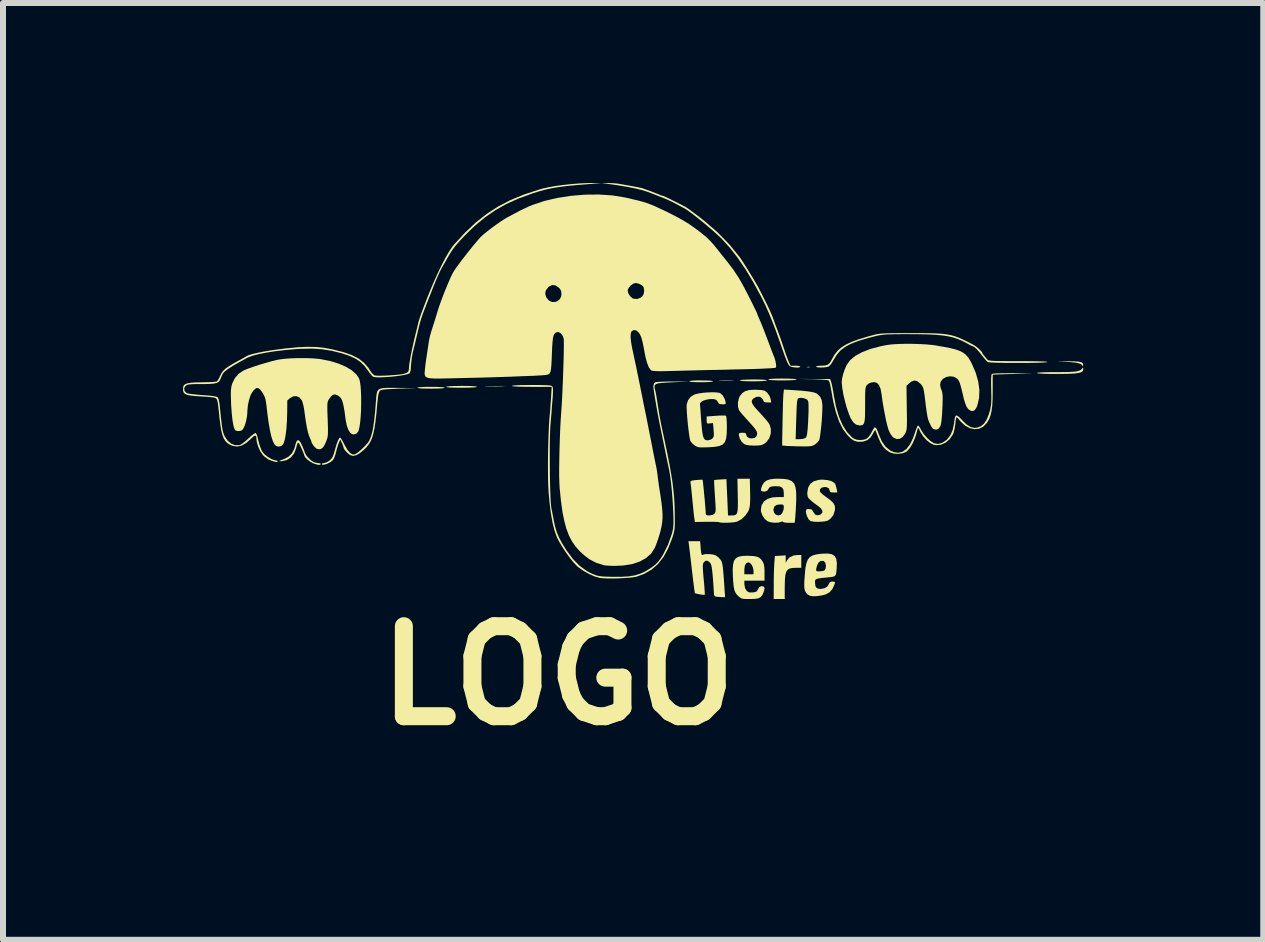
<source format=kicad_pcb>
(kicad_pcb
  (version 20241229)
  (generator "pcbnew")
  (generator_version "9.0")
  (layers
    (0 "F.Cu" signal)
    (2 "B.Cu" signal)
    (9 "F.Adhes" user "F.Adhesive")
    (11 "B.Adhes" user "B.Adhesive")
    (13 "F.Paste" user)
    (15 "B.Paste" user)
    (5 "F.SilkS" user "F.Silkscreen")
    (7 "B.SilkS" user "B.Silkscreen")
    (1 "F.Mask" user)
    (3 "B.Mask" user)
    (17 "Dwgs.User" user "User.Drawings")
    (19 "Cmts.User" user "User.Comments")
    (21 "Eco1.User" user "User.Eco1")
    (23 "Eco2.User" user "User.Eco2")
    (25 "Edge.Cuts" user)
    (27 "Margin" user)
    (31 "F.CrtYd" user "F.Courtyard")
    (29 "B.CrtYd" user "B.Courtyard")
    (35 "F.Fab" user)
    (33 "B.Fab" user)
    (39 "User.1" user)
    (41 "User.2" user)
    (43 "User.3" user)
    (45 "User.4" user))
  (footprint "LOGO"
    (layer "F.Cu")
    (at 7.502 3.458)
    (property "Reference" "LOGO" (at -1.25 4.75 0) (layer "F.SilkS") (effects (font (size 1.5 1.5) (thickness 0.3))))
    (attr board_only exclude_from_pos_files exclude_from_bom)
    (fp_poly (pts (xy 2.944 -0.393) (xy 2.944 -0.388) (xy 2.92 -0.386) (xy 2.917 -0.386) (xy 2.893 -0.388) (xy 2.895 -0.393) (xy 2.898 -0.393) (xy 2.931 -0.396)) (stroke (width 0) (type solid)) (fill yes) (layer "F.SilkS"))
    (fp_poly (pts (xy 1.597 -0.166) (xy 1.657 -0.164) (xy 1.682 -0.163) (xy 1.679 -0.161) (xy 1.649 -0.16) (xy 1.596 -0.159) (xy 1.554 -0.159) (xy 1.487 -0.159) (xy 1.441 -0.16) (xy 1.42 -0.162) (xy 1.426 -0.163) (xy 1.442 -0.164) (xy 1.515 -0.166)) (stroke (width 0) (type solid)) (fill yes) (layer "F.SilkS"))
    (fp_poly (pts (xy 7.354 -0.486) (xy 7.423 -0.481) (xy 7.469 -0.471) (xy 7.493 -0.455) (xy 7.5 -0.432) (xy 7.498 -0.418) (xy 7.491 -0.403) (xy 7.489 -0.409) (xy 7.475 -0.432) (xy 7.439 -0.45) (xy 7.378 -0.464) (xy 7.289 -0.473) (xy 7.242 -0.476) (xy 7.066 -0.484) (xy 7.257 -0.487)) (stroke (width 0) (type solid)) (fill yes) (layer "F.SilkS"))
    (fp_poly (pts (xy -2.183 -0.073) (xy -2.171 -0.073) (xy -2.141 -0.071) (xy -2.139 -0.07) (xy -2.164 -0.069) (xy -2.214 -0.068) (xy -2.287 -0.068) (xy -2.304 -0.068) (xy -2.382 -0.068) (xy -2.438 -0.068) (xy -2.47 -0.069) (xy -2.476 -0.071) (xy -2.454 -0.072) (xy -2.447 -0.073) (xy -2.365 -0.074) (xy -2.271 -0.075)) (stroke (width 0) (type solid)) (fill yes) (layer "F.SilkS"))
    (fp_poly (pts (xy 1.218 -0.167) (xy 1.282 -0.164) (xy 1.321 -0.159) (xy 1.332 -0.153) (xy 1.317 -0.147) (xy 1.275 -0.142) (xy 1.209 -0.139) (xy 1.133 -0.138) (xy 1.048 -0.139) (xy 0.984 -0.142) (xy 0.945 -0.147) (xy 0.934 -0.153) (xy 0.949 -0.16) (xy 0.991 -0.165) (xy 1.057 -0.168) (xy 1.133 -0.168)) (stroke (width 0) (type solid)) (fill yes) (layer "F.SilkS"))
    (fp_poly (pts (xy -3.275 -0.06) (xy -3.204 -0.057) (xy -3.157 -0.053) (xy -3.139 -0.047) (xy -3.139 -0.046) (xy -3.153 -0.04) (xy -3.196 -0.035) (xy -3.265 -0.032) (xy -3.355 -0.031) (xy -3.368 -0.031) (xy -3.462 -0.032) (xy -3.533 -0.034) (xy -3.579 -0.039) (xy -3.598 -0.045) (xy -3.598 -0.046) (xy -3.583 -0.052) (xy -3.54 -0.057) (xy -3.472 -0.06) (xy -3.381 -0.061) (xy -3.368 -0.061)) (stroke (width 0) (type solid)) (fill yes) (layer "F.SilkS"))
    (fp_poly (pts (xy -2.755 -0.076) (xy -2.679 -0.073) (xy -2.628 -0.069) (xy -2.604 -0.063) (xy -2.603 -0.061) (xy -2.618 -0.055) (xy -2.661 -0.051) (xy -2.731 -0.048) (xy -2.824 -0.046) (xy -2.864 -0.046) (xy -2.969 -0.047) (xy -3.047 -0.049) (xy -3.096 -0.054) (xy -3.116 -0.059) (xy -3.116 -0.061) (xy -3.097 -0.067) (xy -3.052 -0.072) (xy -2.983 -0.075) (xy -2.894 -0.076) (xy -2.854 -0.077)) (stroke (width 0) (type solid)) (fill yes) (layer "F.SilkS"))
    (fp_poly (pts (xy 2.104 -0.183) (xy 2.174 -0.18) (xy 2.216 -0.175) (xy 2.228 -0.169) (xy 2.228 -0.168) (xy 2.209 -0.162) (xy 2.164 -0.158) (xy 2.097 -0.154) (xy 2.012 -0.153) (xy 1.997 -0.153) (xy 1.906 -0.154) (xy 1.837 -0.157) (xy 1.793 -0.162) (xy 1.776 -0.168) (xy 1.776 -0.168) (xy 1.791 -0.175) (xy 1.834 -0.179) (xy 1.902 -0.182) (xy 1.993 -0.184) (xy 2.007 -0.184)) (stroke (width 0) (type solid)) (fill yes) (layer "F.SilkS"))
    (fp_poly (pts (xy 2.584 -0.198) (xy 2.657 -0.195) (xy 2.704 -0.191) (xy 2.725 -0.185) (xy 2.725 -0.184) (xy 2.71 -0.178) (xy 2.667 -0.173) (xy 2.599 -0.17) (xy 2.507 -0.168) (xy 2.488 -0.168) (xy 2.392 -0.169) (xy 2.319 -0.172) (xy 2.271 -0.177) (xy 2.251 -0.182) (xy 2.251 -0.184) (xy 2.266 -0.19) (xy 2.308 -0.195) (xy 2.377 -0.198) (xy 2.469 -0.199) (xy 2.488 -0.199)) (stroke (width 0) (type solid)) (fill yes) (layer "F.SilkS"))
    (fp_poly (pts (xy 7.501 -0.37) (xy 7.502 -0.356) (xy 7.497 -0.332) (xy 7.482 -0.313) (xy 7.452 -0.299) (xy 7.405 -0.289) (xy 7.338 -0.282) (xy 7.248 -0.278) (xy 7.132 -0.276) (xy 7.065 -0.276) (xy 6.951 -0.276) (xy 6.859 -0.278) (xy 6.789 -0.282) (xy 6.745 -0.286) (xy 6.729 -0.291) (xy 6.74 -0.297) (xy 6.782 -0.301) (xy 6.852 -0.304) (xy 6.951 -0.306) (xy 7.049 -0.306) (xy 7.171 -0.307) (xy 7.267 -0.309) (xy 7.339 -0.313) (xy 7.393 -0.319) (xy 7.431 -0.329) (xy 7.458 -0.342) (xy 7.477 -0.359) (xy 7.481 -0.364) (xy 7.496 -0.381)) (stroke (width 0) (type solid)) (fill yes) (layer "F.SilkS"))
    (fp_poly (pts (xy 2.802 2.848) (xy 2.802 2.955) (xy 2.719 2.955) (xy 2.655 2.957) (xy 2.608 2.967) (xy 2.573 2.988) (xy 2.55 3.024) (xy 2.536 3.078) (xy 2.529 3.155) (xy 2.526 3.257) (xy 2.526 3.288) (xy 2.526 3.475) (xy 2.434 3.475) (xy 2.342 3.475) (xy 2.343 3.242) (xy 2.343 3.148) (xy 2.345 3.052) (xy 2.348 2.965) (xy 2.351 2.897) (xy 2.352 2.883) (xy 2.362 2.758) (xy 2.452 2.753) (xy 2.542 2.748) (xy 2.542 2.809) (xy 2.543 2.871) (xy 2.565 2.829) (xy 2.608 2.78) (xy 2.672 2.75) (xy 2.74 2.741) (xy 2.802 2.741)) (stroke (width 0) (type solid)) (fill yes) (layer "F.SilkS"))
    (fp_poly (pts (xy -5.547 0.859) (xy -5.52 0.911) (xy -5.498 0.963) (xy -5.479 1.01) (xy -5.472 1.034) (xy -5.452 1.075) (xy -5.414 1.121) (xy -5.369 1.164) (xy -5.325 1.192) (xy -5.319 1.195) (xy -5.274 1.206) (xy -5.243 1.21) (xy -5.215 1.215) (xy -5.206 1.225) (xy -5.218 1.238) (xy -5.252 1.238) (xy -5.301 1.225) (xy -5.342 1.209) (xy -5.388 1.182) (xy -5.432 1.148) (xy -5.466 1.113) (xy -5.481 1.085) (xy -5.481 1.082) (xy -5.487 1.062) (xy -5.501 1.025) (xy -5.513 0.998) (xy -5.544 0.928) (xy -5.566 0.886) (xy -5.581 0.869) (xy -5.593 0.878) (xy -5.605 0.912) (xy -5.618 0.965) (xy -5.651 1.05) (xy -5.705 1.116) (xy -5.774 1.16) (xy -5.855 1.178) (xy -5.87 1.178) (xy -5.893 1.177) (xy -5.894 1.172) (xy -5.87 1.161) (xy -5.833 1.148) (xy -5.748 1.106) (xy -5.687 1.048) (xy -5.647 0.97) (xy -5.634 0.922) (xy -5.616 0.86) (xy -5.596 0.83) (xy -5.574 0.829)) (stroke (width 0) (type solid)) (fill yes) (layer "F.SilkS"))
    (fp_poly (pts (xy 3.235 1.492) (xy 3.304 1.51) (xy 3.351 1.538) (xy 3.366 1.557) (xy 3.379 1.591) (xy 3.39 1.637) (xy 3.392 1.642) (xy 3.402 1.699) (xy 3.339 1.699) (xy 3.298 1.697) (xy 3.28 1.686) (xy 3.276 1.672) (xy 3.264 1.633) (xy 3.227 1.612) (xy 3.191 1.608) (xy 3.143 1.618) (xy 3.115 1.644) (xy 3.111 1.68) (xy 3.125 1.7) (xy 3.159 1.732) (xy 3.206 1.768) (xy 3.223 1.78) (xy 3.291 1.831) (xy 3.335 1.874) (xy 3.358 1.916) (xy 3.365 1.962) (xy 3.361 1.999) (xy 3.336 2.078) (xy 3.286 2.139) (xy 3.245 2.167) (xy 3.205 2.179) (xy 3.147 2.186) (xy 3.082 2.189) (xy 3.019 2.187) (xy 2.969 2.179) (xy 2.95 2.172) (xy 2.921 2.143) (xy 2.897 2.095) (xy 2.881 2.042) (xy 2.878 2.014) (xy 2.883 1.987) (xy 2.901 1.977) (xy 2.929 1.975) (xy 2.967 1.98) (xy 2.99 2.001) (xy 3.002 2.025) (xy 3.033 2.067) (xy 3.075 2.081) (xy 3.123 2.067) (xy 3.152 2.039) (xy 3.153 2.004) (xy 3.127 1.963) (xy 3.082 1.925) (xy 3.029 1.887) (xy 2.977 1.845) (xy 2.956 1.827) (xy 2.922 1.794) (xy 2.907 1.763) (xy 2.902 1.721) (xy 2.902 1.702) (xy 2.916 1.619) (xy 2.952 1.555) (xy 3.012 1.512) (xy 3.093 1.489) (xy 3.151 1.485)) (stroke (width 0) (type solid)) (fill yes) (layer "F.SilkS"))
    (fp_poly (pts (xy 1.917 2.755) (xy 2 2.758) (xy 2.059 2.768) (xy 2.101 2.786) (xy 2.134 2.816) (xy 2.159 2.852) (xy 2.175 2.886) (xy 2.184 2.927) (xy 2.189 2.985) (xy 2.189 3.035) (xy 2.189 3.169) (xy 2.021 3.169) (xy 1.853 3.169) (xy 1.853 3.228) (xy 1.865 3.293) (xy 1.885 3.329) (xy 1.91 3.354) (xy 1.938 3.365) (xy 1.983 3.366) (xy 1.988 3.365) (xy 2.033 3.36) (xy 2.059 3.347) (xy 2.077 3.32) (xy 2.081 3.311) (xy 2.103 3.275) (xy 2.131 3.262) (xy 2.146 3.261) (xy 2.178 3.269) (xy 2.19 3.293) (xy 2.182 3.338) (xy 2.173 3.363) (xy 2.151 3.412) (xy 2.123 3.445) (xy 2.084 3.464) (xy 2.028 3.473) (xy 1.95 3.475) (xy 1.882 3.475) (xy 1.837 3.472) (xy 1.806 3.465) (xy 1.782 3.451) (xy 1.755 3.43) (xy 1.755 3.429) (xy 1.725 3.399) (xy 1.703 3.366) (xy 1.687 3.325) (xy 1.676 3.27) (xy 1.668 3.195) (xy 1.662 3.097) (xy 1.661 3.062) (xy 1.853 3.062) (xy 1.929 3.062) (xy 2.006 3.062) (xy 2.006 3.003) (xy 1.997 2.954) (xy 1.977 2.908) (xy 1.948 2.874) (xy 1.921 2.863) (xy 1.886 2.877) (xy 1.862 2.916) (xy 1.853 2.977) (xy 1.853 2.987) (xy 1.853 3.062) (xy 1.661 3.062) (xy 1.659 2.985) (xy 1.665 2.9) (xy 1.681 2.838) (xy 1.711 2.796) (xy 1.756 2.77) (xy 1.821 2.757) (xy 1.906 2.754)) (stroke (width 0) (type solid)) (fill yes) (layer "F.SilkS"))
    (fp_poly (pts (xy 2.661 -0.007) (xy 2.789 0.002) (xy 2.889 0.012) (xy 2.964 0.022) (xy 3.019 0.034) (xy 3.055 0.048) (xy 3.067 0.056) (xy 3.115 0.102) (xy 3.142 0.16) (xy 3.153 0.236) (xy 3.154 0.262) (xy 3.152 0.338) (xy 3.148 0.425) (xy 3.142 0.517) (xy 3.133 0.608) (xy 3.124 0.69) (xy 3.115 0.759) (xy 3.106 0.809) (xy 3.099 0.829) (xy 3.072 0.864) (xy 3.032 0.898) (xy 3.026 0.902) (xy 3 0.916) (xy 2.971 0.925) (xy 2.932 0.93) (xy 2.876 0.932) (xy 2.8 0.931) (xy 2.722 0.93) (xy 2.647 0.927) (xy 2.585 0.925) (xy 2.554 0.923) (xy 2.483 0.917) (xy 2.484 0.811) (xy 2.708 0.811) (xy 2.775 0.811) (xy 2.823 0.807) (xy 2.863 0.795) (xy 2.871 0.791) (xy 2.884 0.776) (xy 2.894 0.75) (xy 2.901 0.708) (xy 2.908 0.644) (xy 2.911 0.603) (xy 2.916 0.516) (xy 2.92 0.422) (xy 2.923 0.337) (xy 2.923 0.303) (xy 2.923 0.238) (xy 2.92 0.196) (xy 2.913 0.171) (xy 2.9 0.154) (xy 2.89 0.146) (xy 2.852 0.13) (xy 2.804 0.123) (xy 2.799 0.122) (xy 2.777 0.123) (xy 2.761 0.125) (xy 2.748 0.134) (xy 2.739 0.152) (xy 2.732 0.183) (xy 2.728 0.231) (xy 2.724 0.299) (xy 2.721 0.391) (xy 2.717 0.501) (xy 2.708 0.811) (xy 2.484 0.811) (xy 2.49 0.516) (xy 2.492 0.404) (xy 2.495 0.3) (xy 2.497 0.207) (xy 2.5 0.13) (xy 2.503 0.075) (xy 2.505 0.05) (xy 2.513 -0.016)) (stroke (width 0) (type solid)) (fill yes) (layer "F.SilkS"))
    (fp_poly (pts (xy 2.055 -0.012) (xy 2.121 -0.009) (xy 2.164 -0.004) (xy 2.193 0.005) (xy 2.217 0.021) (xy 2.236 0.039) (xy 2.273 0.091) (xy 2.291 0.142) (xy 2.301 0.199) (xy 2.239 0.199) (xy 2.198 0.196) (xy 2.177 0.184) (xy 2.168 0.163) (xy 2.145 0.124) (xy 2.106 0.104) (xy 2.057 0.105) (xy 2.008 0.13) (xy 2.002 0.135) (xy 1.981 0.159) (xy 1.976 0.187) (xy 1.987 0.222) (xy 2.018 0.268) (xy 2.069 0.327) (xy 2.111 0.372) (xy 2.165 0.431) (xy 2.213 0.486) (xy 2.25 0.532) (xy 2.271 0.562) (xy 2.272 0.563) (xy 2.295 0.639) (xy 2.293 0.719) (xy 2.268 0.795) (xy 2.222 0.859) (xy 2.191 0.884) (xy 2.158 0.902) (xy 2.122 0.913) (xy 2.074 0.917) (xy 2.015 0.918) (xy 1.937 0.915) (xy 1.884 0.906) (xy 1.849 0.892) (xy 1.807 0.852) (xy 1.775 0.797) (xy 1.761 0.741) (xy 1.761 0.736) (xy 1.765 0.715) (xy 1.785 0.706) (xy 1.822 0.704) (xy 1.862 0.707) (xy 1.88 0.718) (xy 1.883 0.733) (xy 1.897 0.77) (xy 1.935 0.794) (xy 1.973 0.799) (xy 2.027 0.79) (xy 2.058 0.76) (xy 2.067 0.716) (xy 2.063 0.692) (xy 2.048 0.663) (xy 2.021 0.625) (xy 1.977 0.573) (xy 1.924 0.515) (xy 1.87 0.455) (xy 1.822 0.401) (xy 1.786 0.358) (xy 1.765 0.33) (xy 1.763 0.326) (xy 1.747 0.27) (xy 1.746 0.202) (xy 1.76 0.134) (xy 1.78 0.09) (xy 1.821 0.041) (xy 1.87 0.01) (xy 1.934 -0.008) (xy 2.019 -0.013)) (stroke (width 0) (type solid)) (fill yes) (layer "F.SilkS"))
    (fp_poly (pts (xy 2.515 1.473) (xy 2.59 1.486) (xy 2.646 1.512) (xy 2.684 1.553) (xy 2.706 1.614) (xy 2.717 1.696) (xy 2.718 1.805) (xy 2.717 1.845) (xy 2.713 1.929) (xy 2.709 2.009) (xy 2.704 2.077) (xy 2.701 2.124) (xy 2.692 2.205) (xy 2.594 2.205) (xy 2.54 2.202) (xy 2.506 2.196) (xy 2.496 2.189) (xy 2.486 2.181) (xy 2.466 2.189) (xy 2.422 2.201) (xy 2.362 2.204) (xy 2.3 2.198) (xy 2.247 2.183) (xy 2.242 2.181) (xy 2.195 2.143) (xy 2.156 2.087) (xy 2.132 2.024) (xy 2.128 1.99) (xy 2.337 1.99) (xy 2.349 2.037) (xy 2.378 2.07) (xy 2.417 2.083) (xy 2.458 2.071) (xy 2.459 2.071) (xy 2.487 2.037) (xy 2.506 1.986) (xy 2.511 1.945) (xy 2.508 1.915) (xy 2.495 1.902) (xy 2.461 1.899) (xy 2.453 1.898) (xy 2.39 1.907) (xy 2.352 1.935) (xy 2.338 1.981) (xy 2.337 1.99) (xy 2.128 1.99) (xy 2.128 1.988) (xy 2.141 1.91) (xy 2.179 1.849) (xy 2.24 1.806) (xy 2.324 1.781) (xy 2.4 1.776) (xy 2.511 1.776) (xy 2.511 1.709) (xy 2.504 1.652) (xy 2.482 1.617) (xy 2.441 1.598) (xy 2.375 1.595) (xy 2.363 1.595) (xy 2.312 1.599) (xy 2.282 1.608) (xy 2.264 1.624) (xy 2.254 1.642) (xy 2.232 1.672) (xy 2.2 1.683) (xy 2.181 1.684) (xy 2.145 1.68) (xy 2.13 1.664) (xy 2.133 1.631) (xy 2.15 1.584) (xy 2.179 1.535) (xy 2.22 1.502) (xy 2.278 1.481) (xy 2.359 1.471) (xy 2.417 1.47)) (stroke (width 0) (type solid)) (fill yes) (layer "F.SilkS"))
    (fp_poly (pts (xy 3.312 2.729) (xy 3.359 2.758) (xy 3.385 2.807) (xy 3.395 2.878) (xy 3.391 2.969) (xy 3.386 3.03) (xy 3.377 3.069) (xy 3.361 3.092) (xy 3.329 3.104) (xy 3.277 3.111) (xy 3.238 3.115) (xy 3.155 3.123) (xy 3.098 3.131) (xy 3.062 3.139) (xy 3.042 3.149) (xy 3.033 3.165) (xy 3.031 3.188) (xy 3.031 3.206) (xy 3.038 3.262) (xy 3.059 3.293) (xy 3.099 3.306) (xy 3.118 3.307) (xy 3.187 3.296) (xy 3.236 3.266) (xy 3.26 3.228) (xy 3.277 3.196) (xy 3.307 3.185) (xy 3.323 3.185) (xy 3.355 3.187) (xy 3.364 3.199) (xy 3.36 3.219) (xy 3.324 3.303) (xy 3.274 3.362) (xy 3.207 3.399) (xy 3.145 3.415) (xy 3.058 3.427) (xy 2.994 3.429) (xy 2.948 3.421) (xy 2.913 3.403) (xy 2.901 3.393) (xy 2.879 3.366) (xy 2.863 3.337) (xy 2.854 3.299) (xy 2.851 3.247) (xy 2.853 3.175) (xy 2.86 3.079) (xy 2.867 3.001) (xy 3.05 3.001) (xy 3.066 3.013) (xy 3.104 3.014) (xy 3.119 3.013) (xy 3.165 3.008) (xy 3.19 2.996) (xy 3.204 2.973) (xy 3.206 2.969) (xy 3.213 2.919) (xy 3.203 2.874) (xy 3.179 2.844) (xy 3.17 2.84) (xy 3.126 2.84) (xy 3.089 2.867) (xy 3.064 2.918) (xy 3.063 2.921) (xy 3.05 2.973) (xy 3.05 3.001) (xy 2.867 3.001) (xy 2.87 2.967) (xy 2.886 2.882) (xy 2.91 2.819) (xy 2.945 2.776) (xy 2.995 2.747) (xy 3.062 2.73) (xy 3.149 2.719) (xy 3.15 2.719) (xy 3.244 2.717)) (stroke (width 0) (type solid)) (fill yes) (layer "F.SilkS"))
    (fp_poly (pts (xy 1.126 2.634) (xy 1.133 2.699) (xy 1.141 2.734) (xy 1.15 2.744) (xy 1.153 2.742) (xy 1.181 2.73) (xy 1.228 2.726) (xy 1.283 2.727) (xy 1.336 2.735) (xy 1.377 2.748) (xy 1.377 2.748) (xy 1.417 2.777) (xy 1.453 2.815) (xy 1.456 2.819) (xy 1.467 2.836) (xy 1.476 2.855) (xy 1.483 2.879) (xy 1.49 2.913) (xy 1.496 2.961) (xy 1.502 3.025) (xy 1.509 3.11) (xy 1.517 3.22) (xy 1.522 3.303) (xy 1.532 3.445) (xy 1.467 3.443) (xy 1.419 3.44) (xy 1.381 3.436) (xy 1.374 3.434) (xy 1.351 3.416) (xy 1.347 3.402) (xy 1.346 3.378) (xy 1.343 3.33) (xy 1.339 3.263) (xy 1.333 3.184) (xy 1.33 3.141) (xy 1.322 3.046) (xy 1.314 2.977) (xy 1.306 2.928) (xy 1.297 2.895) (xy 1.285 2.873) (xy 1.282 2.87) (xy 1.245 2.839) (xy 1.209 2.836) (xy 1.177 2.863) (xy 1.174 2.867) (xy 1.166 2.884) (xy 1.162 2.909) (xy 1.161 2.945) (xy 1.164 2.999) (xy 1.169 3.074) (xy 1.176 3.15) (xy 1.184 3.234) (xy 1.189 3.306) (xy 1.193 3.362) (xy 1.194 3.397) (xy 1.193 3.405) (xy 1.176 3.406) (xy 1.14 3.402) (xy 1.097 3.395) (xy 1.057 3.386) (xy 1.032 3.379) (xy 1.029 3.377) (xy 1.026 3.36) (xy 1.019 3.318) (xy 1.011 3.253) (xy 1 3.17) (xy 0.989 3.074) (xy 0.979 2.99) (xy 0.967 2.883) (xy 0.955 2.783) (xy 0.945 2.696) (xy 0.936 2.626) (xy 0.931 2.579) (xy 0.928 2.561) (xy 0.921 2.511) (xy 1.018 2.511) (xy 1.116 2.511)) (stroke (width 0) (type solid)) (fill yes) (layer "F.SilkS"))
    (fp_poly (pts (xy 1.388 0.032) (xy 1.436 0.039) (xy 1.45 0.044) (xy 1.494 0.083) (xy 1.527 0.143) (xy 1.538 0.18) (xy 1.543 0.212) (xy 1.536 0.226) (xy 1.509 0.23) (xy 1.487 0.23) (xy 1.444 0.226) (xy 1.422 0.212) (xy 1.416 0.199) (xy 1.395 0.167) (xy 1.375 0.152) (xy 1.335 0.142) (xy 1.279 0.143) (xy 1.22 0.153) (xy 1.169 0.169) (xy 1.146 0.182) (xy 1.113 0.21) (xy 1.133 0.489) (xy 1.142 0.6) (xy 1.151 0.685) (xy 1.161 0.746) (xy 1.173 0.787) (xy 1.19 0.813) (xy 1.211 0.826) (xy 1.238 0.83) (xy 1.246 0.831) (xy 1.289 0.82) (xy 1.32 0.8) (xy 1.336 0.78) (xy 1.344 0.757) (xy 1.345 0.721) (xy 1.341 0.665) (xy 1.341 0.655) (xy 1.33 0.542) (xy 1.277 0.548) (xy 1.244 0.551) (xy 1.229 0.542) (xy 1.225 0.513) (xy 1.225 0.494) (xy 1.225 0.433) (xy 1.377 0.422) (xy 1.444 0.418) (xy 1.499 0.417) (xy 1.536 0.418) (xy 1.546 0.421) (xy 1.553 0.44) (xy 1.558 0.485) (xy 1.561 0.552) (xy 1.562 0.614) (xy 1.559 0.722) (xy 1.549 0.803) (xy 1.528 0.861) (xy 1.491 0.901) (xy 1.437 0.925) (xy 1.359 0.939) (xy 1.257 0.946) (xy 1.248 0.946) (xy 1.173 0.948) (xy 1.121 0.948) (xy 1.085 0.944) (xy 1.059 0.935) (xy 1.034 0.921) (xy 1.026 0.916) (xy 0.987 0.883) (xy 0.958 0.848) (xy 0.954 0.841) (xy 0.945 0.811) (xy 0.936 0.756) (xy 0.926 0.684) (xy 0.916 0.601) (xy 0.907 0.512) (xy 0.899 0.425) (xy 0.894 0.346) (xy 0.891 0.28) (xy 0.892 0.236) (xy 0.892 0.232) (xy 0.915 0.162) (xy 0.96 0.104) (xy 1.023 0.066) (xy 1.032 0.063) (xy 1.092 0.049) (xy 1.166 0.038) (xy 1.245 0.032) (xy 1.322 0.029)) (stroke (width 0) (type solid)) (fill yes) (layer "F.SilkS"))
    (fp_poly (pts (xy 1.948 1.619) (xy 1.95 1.732) (xy 1.95 1.819) (xy 1.948 1.886) (xy 1.942 1.936) (xy 1.933 1.976) (xy 1.92 2.009) (xy 1.916 2.016) (xy 1.868 2.086) (xy 1.805 2.145) (xy 1.736 2.183) (xy 1.719 2.188) (xy 1.678 2.196) (xy 1.623 2.201) (xy 1.562 2.204) (xy 1.505 2.204) (xy 1.46 2.201) (xy 1.435 2.196) (xy 1.434 2.195) (xy 1.416 2.191) (xy 1.373 2.189) (xy 1.312 2.188) (xy 1.239 2.188) (xy 1.227 2.188) (xy 1.029 2.191) (xy 1.02 2.133) (xy 1.015 2.097) (xy 1.008 2.039) (xy 1.001 1.963) (xy 0.992 1.877) (xy 0.987 1.83) (xy 0.979 1.743) (xy 0.971 1.665) (xy 0.964 1.6) (xy 0.959 1.557) (xy 0.957 1.544) (xy 0.955 1.522) (xy 0.962 1.508) (xy 0.985 1.5) (xy 1.029 1.494) (xy 1.05 1.492) (xy 1.102 1.488) (xy 1.14 1.486) (xy 1.156 1.488) (xy 1.16 1.504) (xy 1.165 1.545) (xy 1.171 1.605) (xy 1.179 1.678) (xy 1.186 1.757) (xy 1.194 1.838) (xy 1.2 1.913) (xy 1.205 1.978) (xy 1.209 2.027) (xy 1.209 2.048) (xy 1.214 2.07) (xy 1.232 2.08) (xy 1.268 2.082) (xy 1.327 2.072) (xy 1.354 2.052) (xy 1.364 2.039) (xy 1.371 2.023) (xy 1.374 1.998) (xy 1.375 1.96) (xy 1.372 1.904) (xy 1.367 1.825) (xy 1.363 1.76) (xy 1.357 1.674) (xy 1.353 1.599) (xy 1.35 1.541) (xy 1.349 1.504) (xy 1.35 1.493) (xy 1.367 1.49) (xy 1.405 1.486) (xy 1.454 1.483) (xy 1.554 1.477) (xy 1.568 1.78) (xy 1.581 2.082) (xy 1.639 2.082) (xy 1.675 2.081) (xy 1.703 2.074) (xy 1.722 2.059) (xy 1.735 2.031) (xy 1.742 1.986) (xy 1.745 1.921) (xy 1.745 1.832) (xy 1.743 1.75) (xy 1.738 1.47) (xy 1.841 1.47) (xy 1.944 1.47)) (stroke (width 0) (type solid)) (fill yes) (layer "F.SilkS"))
    (fp_poly (pts (xy -3.906 -0.043) (xy -3.606 -0.041) (xy -3.901 -0.031) (xy -4.007 -0.026) (xy -4.086 -0.022) (xy -4.143 -0.018) (xy -4.181 -0.012) (xy -4.206 -0.005) (xy -4.221 0.004) (xy -4.222 0.005) (xy -4.234 0.026) (xy -4.245 0.063) (xy -4.254 0.121) (xy -4.263 0.205) (xy -4.266 0.234) (xy -4.28 0.392) (xy -4.295 0.523) (xy -4.311 0.631) (xy -4.33 0.719) (xy -4.351 0.791) (xy -4.377 0.85) (xy -4.408 0.901) (xy -4.446 0.947) (xy -4.48 0.981) (xy -4.553 1.043) (xy -4.615 1.079) (xy -4.669 1.09) (xy -4.718 1.076) (xy -4.766 1.037) (xy -4.771 1.032) (xy -4.802 0.997) (xy -4.821 0.969) (xy -4.824 0.96) (xy -4.83 0.935) (xy -4.845 0.896) (xy -4.852 0.88) (xy -4.879 0.819) (xy -4.899 0.856) (xy -4.912 0.89) (xy -4.929 0.942) (xy -4.945 1.001) (xy -4.945 1.002) (xy -4.961 1.062) (xy -4.978 1.113) (xy -4.993 1.145) (xy -4.993 1.146) (xy -5.019 1.174) (xy -5.057 1.2) (xy -5.101 1.221) (xy -5.143 1.235) (xy -5.175 1.238) (xy -5.19 1.228) (xy -5.19 1.225) (xy -5.177 1.213) (xy -5.158 1.21) (xy -5.111 1.198) (xy -5.061 1.168) (xy -5.021 1.128) (xy -5.021 1.128) (xy -5.004 1.096) (xy -4.986 1.045) (xy -4.972 0.995) (xy -4.949 0.914) (xy -4.926 0.849) (xy -4.905 0.804) (xy -4.888 0.784) (xy -4.883 0.784) (xy -4.869 0.799) (xy -4.847 0.835) (xy -4.82 0.885) (xy -4.811 0.903) (xy -4.764 0.986) (xy -4.72 1.039) (xy -4.677 1.065) (xy -4.638 1.064) (xy -4.607 1.046) (xy -4.563 1.012) (xy -4.513 0.967) (xy -4.465 0.919) (xy -4.425 0.875) (xy -4.401 0.84) (xy -4.4 0.839) (xy -4.378 0.789) (xy -4.358 0.731) (xy -4.341 0.662) (xy -4.327 0.577) (xy -4.313 0.473) (xy -4.3 0.346) (xy -4.288 0.192) (xy -4.287 0.184) (xy -4.282 0.111) (xy -4.275 0.056) (xy -4.265 0.015) (xy -4.245 -0.013) (xy -4.214 -0.031) (xy -4.166 -0.04) (xy -4.099 -0.044) (xy -4.008 -0.044)) (stroke (width 0) (type solid)) (fill yes) (layer "F.SilkS"))
    (fp_poly (pts (xy -0.352 -3.456) (xy -0.283 -3.451) (xy -0.237 -3.445) (xy -0.164 -3.432) (xy -0.084 -3.418) (xy -0.006 -3.404) (xy 0.063 -3.391) (xy 0.115 -3.38) (xy 0.138 -3.375) (xy 0.171 -3.365) (xy 0.224 -3.346) (xy 0.287 -3.323) (xy 0.35 -3.299) (xy 0.405 -3.278) (xy 0.443 -3.262) (xy 0.448 -3.259) (xy 0.478 -3.248) (xy 0.491 -3.246) (xy 0.511 -3.239) (xy 0.552 -3.221) (xy 0.606 -3.195) (xy 0.648 -3.174) (xy 0.714 -3.141) (xy 0.776 -3.11) (xy 0.824 -3.085) (xy 0.842 -3.076) (xy 0.869 -3.062) (xy 0.901 -3.041) (xy 0.943 -3.012) (xy 0.997 -2.972) (xy 1.068 -2.919) (xy 1.158 -2.849) (xy 1.179 -2.833) (xy 1.399 -2.644) (xy 1.603 -2.435) (xy 1.778 -2.22) (xy 1.801 -2.186) (xy 1.836 -2.132) (xy 1.879 -2.065) (xy 1.926 -1.989) (xy 1.973 -1.912) (xy 2.017 -1.839) (xy 2.053 -1.778) (xy 2.079 -1.733) (xy 2.085 -1.722) (xy 2.149 -1.596) (xy 2.201 -1.493) (xy 2.243 -1.408) (xy 2.276 -1.338) (xy 2.302 -1.279) (xy 2.324 -1.226) (xy 2.343 -1.175) (xy 2.35 -1.156) (xy 2.367 -1.106) (xy 2.383 -1.064) (xy 2.389 -1.049) (xy 2.41 -0.994) (xy 2.437 -0.92) (xy 2.467 -0.836) (xy 2.496 -0.751) (xy 2.519 -0.683) (xy 2.542 -0.614) (xy 2.567 -0.546) (xy 2.588 -0.492) (xy 2.59 -0.487) (xy 2.622 -0.413) (xy 2.704 -0.413) (xy 2.75 -0.411) (xy 2.78 -0.404) (xy 2.786 -0.398) (xy 2.773 -0.387) (xy 2.74 -0.382) (xy 2.696 -0.384) (xy 2.651 -0.391) (xy 2.615 -0.403) (xy 2.605 -0.41) (xy 2.586 -0.436) (xy 2.56 -0.49) (xy 2.529 -0.569) (xy 2.493 -0.67) (xy 2.489 -0.681) (xy 2.424 -0.868) (xy 2.365 -1.031) (xy 2.31 -1.173) (xy 2.257 -1.301) (xy 2.204 -1.419) (xy 2.148 -1.533) (xy 2.13 -1.569) (xy 1.999 -1.81) (xy 1.87 -2.023) (xy 1.742 -2.211) (xy 1.613 -2.377) (xy 1.481 -2.522) (xy 1.452 -2.551) (xy 1.394 -2.605) (xy 1.324 -2.668) (xy 1.245 -2.735) (xy 1.163 -2.804) (xy 1.081 -2.87) (xy 1.004 -2.93) (xy 0.936 -2.981) (xy 0.883 -3.018) (xy 0.85 -3.038) (xy 0.809 -3.059) (xy 0.755 -3.088) (xy 0.707 -3.114) (xy 0.647 -3.145) (xy 0.572 -3.18) (xy 0.498 -3.211) (xy 0.487 -3.215) (xy 0.415 -3.243) (xy 0.34 -3.273) (xy 0.277 -3.297) (xy 0.268 -3.301) (xy 0.17 -3.334) (xy 0.045 -3.365) (xy -0.104 -3.395) (xy -0.274 -3.423) (xy -0.375 -3.437) (xy -0.528 -3.457) (xy -0.421 -3.457)) (stroke (width 0) (type solid)) (fill yes) (layer "F.SilkS"))
    (fp_poly (pts (xy 4.639 -0.956) (xy 4.8 -0.956) (xy 4.934 -0.955) (xy 5.046 -0.951) (xy 5.141 -0.946) (xy 5.222 -0.936) (xy 5.295 -0.923) (xy 5.362 -0.904) (xy 5.429 -0.88) (xy 5.5 -0.848) (xy 5.579 -0.809) (xy 5.67 -0.762) (xy 5.683 -0.755) (xy 5.714 -0.734) (xy 5.752 -0.703) (xy 5.786 -0.67) (xy 5.811 -0.641) (xy 5.818 -0.627) (xy 5.827 -0.609) (xy 5.845 -0.585) (xy 5.877 -0.547) (xy 5.898 -0.522) (xy 5.906 -0.513) (xy 5.917 -0.506) (xy 5.934 -0.501) (xy 5.959 -0.497) (xy 5.997 -0.494) (xy 6.05 -0.492) (xy 6.123 -0.491) (xy 6.217 -0.49) (xy 6.337 -0.49) (xy 6.415 -0.49) (xy 6.565 -0.489) (xy 6.689 -0.488) (xy 6.786 -0.486) (xy 6.855 -0.483) (xy 6.894 -0.479) (xy 6.905 -0.475) (xy 6.89 -0.471) (xy 6.85 -0.467) (xy 6.787 -0.464) (xy 6.707 -0.462) (xy 6.614 -0.46) (xy 6.512 -0.459) (xy 6.406 -0.459) (xy 6.3 -0.459) (xy 6.198 -0.46) (xy 6.105 -0.462) (xy 6.026 -0.464) (xy 5.964 -0.467) (xy 5.924 -0.471) (xy 5.911 -0.474) (xy 5.889 -0.493) (xy 5.856 -0.53) (xy 5.819 -0.576) (xy 5.818 -0.577) (xy 5.769 -0.64) (xy 5.724 -0.69) (xy 5.688 -0.723) (xy 5.664 -0.735) (xy 5.664 -0.735) (xy 5.646 -0.742) (xy 5.609 -0.76) (xy 5.562 -0.786) (xy 5.561 -0.787) (xy 5.487 -0.825) (xy 5.413 -0.857) (xy 5.336 -0.883) (xy 5.25 -0.903) (xy 5.153 -0.918) (xy 5.04 -0.928) (xy 4.908 -0.935) (xy 4.753 -0.938) (xy 4.593 -0.939) (xy 4.465 -0.939) (xy 4.362 -0.938) (xy 4.281 -0.936) (xy 4.217 -0.934) (xy 4.165 -0.929) (xy 4.12 -0.923) (xy 4.079 -0.916) (xy 4.042 -0.907) (xy 3.904 -0.871) (xy 3.791 -0.838) (xy 3.699 -0.806) (xy 3.621 -0.774) (xy 3.554 -0.738) (xy 3.533 -0.726) (xy 3.455 -0.667) (xy 3.392 -0.594) (xy 3.336 -0.501) (xy 3.299 -0.44) (xy 3.263 -0.404) (xy 3.252 -0.397) (xy 3.216 -0.389) (xy 3.168 -0.384) (xy 3.119 -0.383) (xy 3.076 -0.386) (xy 3.051 -0.393) (xy 3.047 -0.398) (xy 3.061 -0.406) (xy 3.096 -0.412) (xy 3.132 -0.413) (xy 3.198 -0.417) (xy 3.244 -0.431) (xy 3.278 -0.461) (xy 3.31 -0.514) (xy 3.318 -0.532) (xy 3.358 -0.602) (xy 3.407 -0.662) (xy 3.467 -0.716) (xy 3.543 -0.764) (xy 3.637 -0.809) (xy 3.753 -0.852) (xy 3.894 -0.895) (xy 4.019 -0.929) (xy 4.052 -0.937) (xy 4.088 -0.943) (xy 4.13 -0.948) (xy 4.182 -0.951) (xy 4.248 -0.954) (xy 4.331 -0.955) (xy 4.436 -0.956) (xy 4.566 -0.956)) (stroke (width 0) (type solid)) (fill yes) (layer "F.SilkS"))
    (fp_poly (pts (xy -5.45 -0.54) (xy -5.328 -0.535) (xy -5.222 -0.525) (xy -5.206 -0.522) (xy -5.051 -0.492) (xy -4.912 -0.449) (xy -4.791 -0.397) (xy -4.69 -0.337) (xy -4.614 -0.269) (xy -4.569 -0.203) (xy -4.555 -0.156) (xy -4.544 -0.084) (xy -4.537 0.006) (xy -4.533 0.109) (xy -4.533 0.219) (xy -4.535 0.33) (xy -4.541 0.437) (xy -4.55 0.533) (xy -4.562 0.613) (xy -4.576 0.671) (xy -4.581 0.682) (xy -4.613 0.72) (xy -4.658 0.732) (xy -4.685 0.727) (xy -4.718 0.702) (xy -4.748 0.652) (xy -4.773 0.582) (xy -4.79 0.497) (xy -4.792 0.486) (xy -4.807 0.369) (xy -4.822 0.279) (xy -4.836 0.212) (xy -4.852 0.162) (xy -4.871 0.127) (xy -4.894 0.102) (xy -4.922 0.083) (xy -4.924 0.082) (xy -4.965 0.066) (xy -4.999 0.069) (xy -5.032 0.095) (xy -5.066 0.139) (xy -5.078 0.158) (xy -5.087 0.177) (xy -5.093 0.2) (xy -5.096 0.232) (xy -5.097 0.279) (xy -5.096 0.344) (xy -5.093 0.433) (xy -5.091 0.476) (xy -5.088 0.577) (xy -5.086 0.653) (xy -5.087 0.709) (xy -5.089 0.751) (xy -5.095 0.784) (xy -5.103 0.813) (xy -5.114 0.843) (xy -5.144 0.911) (xy -5.174 0.954) (xy -5.206 0.975) (xy -5.238 0.98) (xy -5.278 0.969) (xy -5.316 0.933) (xy -5.32 0.929) (xy -5.344 0.894) (xy -5.358 0.87) (xy -5.359 0.866) (xy -5.364 0.845) (xy -5.378 0.81) (xy -5.38 0.806) (xy -5.398 0.764) (xy -5.413 0.72) (xy -5.426 0.671) (xy -5.439 0.611) (xy -5.452 0.535) (xy -5.467 0.438) (xy -5.482 0.323) (xy -5.493 0.261) (xy -5.507 0.205) (xy -5.52 0.167) (xy -5.52 0.167) (xy -5.56 0.117) (xy -5.612 0.094) (xy -5.668 0.098) (xy -5.721 0.129) (xy -5.764 0.166) (xy -5.766 0.378) (xy -5.77 0.507) (xy -5.778 0.626) (xy -5.79 0.73) (xy -5.805 0.815) (xy -5.823 0.875) (xy -5.831 0.892) (xy -5.864 0.925) (xy -5.908 0.936) (xy -5.95 0.925) (xy -5.977 0.899) (xy -6.005 0.844) (xy -6.03 0.766) (xy -6.053 0.665) (xy -6.075 0.538) (xy -6.096 0.383) (xy -6.109 0.27) (xy -6.119 0.195) (xy -6.129 0.141) (xy -6.144 0.098) (xy -6.166 0.056) (xy -6.178 0.036) (xy -6.217 -0.017) (xy -6.251 -0.041) (xy -6.283 -0.039) (xy -6.32 -0.009) (xy -6.336 0.01) (xy -6.372 0.069) (xy -6.4 0.151) (xy -6.421 0.247) (xy -6.43 0.347) (xy -6.43 0.372) (xy -6.436 0.435) (xy -6.45 0.505) (xy -6.469 0.572) (xy -6.492 0.626) (xy -6.516 0.66) (xy -6.517 0.66) (xy -6.551 0.674) (xy -6.593 0.676) (xy -6.628 0.665) (xy -6.632 0.662) (xy -6.649 0.63) (xy -6.664 0.572) (xy -6.678 0.49) (xy -6.689 0.388) (xy -6.698 0.271) (xy -6.701 0.213) (xy -6.704 0.117) (xy -6.705 0.045) (xy -6.703 -0.009) (xy -6.698 -0.052) (xy -6.69 -0.09) (xy -6.684 -0.111) (xy -6.639 -0.205) (xy -6.572 -0.282) (xy -6.488 -0.336) (xy -6.422 -0.363) (xy -6.335 -0.394) (xy -6.235 -0.427) (xy -6.131 -0.458) (xy -6.032 -0.486) (xy -5.947 -0.507) (xy -5.915 -0.514) (xy -5.821 -0.527) (xy -5.706 -0.536) (xy -5.579 -0.54)) (stroke (width 0) (type solid)) (fill yes) (layer "F.SilkS"))
    (fp_poly (pts (xy 4.65 -0.778) (xy 4.775 -0.774) (xy 4.891 -0.768) (xy 4.991 -0.758) (xy 5.029 -0.753) (xy 5.169 -0.729) (xy 5.283 -0.707) (xy 5.373 -0.685) (xy 5.445 -0.659) (xy 5.501 -0.629) (xy 5.547 -0.593) (xy 5.585 -0.549) (xy 5.619 -0.494) (xy 5.646 -0.443) (xy 5.71 -0.294) (xy 5.751 -0.147) (xy 5.77 -0.005) (xy 5.765 0.126) (xy 5.737 0.245) (xy 5.717 0.293) (xy 5.685 0.333) (xy 5.647 0.344) (xy 5.609 0.329) (xy 5.579 0.303) (xy 5.554 0.265) (xy 5.532 0.21) (xy 5.509 0.132) (xy 5.498 0.083) (xy 5.476 -0.008) (xy 5.459 -0.074) (xy 5.445 -0.121) (xy 5.432 -0.153) (xy 5.418 -0.176) (xy 5.402 -0.194) (xy 5.397 -0.199) (xy 5.345 -0.229) (xy 5.281 -0.237) (xy 5.217 -0.225) (xy 5.162 -0.194) (xy 5.158 -0.19) (xy 5.125 -0.146) (xy 5.115 -0.095) (xy 5.128 -0.033) (xy 5.139 -0.006) (xy 5.148 0.022) (xy 5.154 0.054) (xy 5.158 0.096) (xy 5.158 0.155) (xy 5.156 0.235) (xy 5.153 0.297) (xy 5.148 0.4) (xy 5.14 0.486) (xy 5.132 0.551) (xy 5.122 0.589) (xy 5.122 0.59) (xy 5.092 0.634) (xy 5.052 0.653) (xy 5.008 0.644) (xy 4.99 0.63) (xy 4.973 0.608) (xy 4.953 0.57) (xy 4.927 0.511) (xy 4.917 0.486) (xy 4.909 0.455) (xy 4.899 0.401) (xy 4.888 0.331) (xy 4.877 0.252) (xy 4.876 0.241) (xy 4.864 0.139) (xy 4.854 0.063) (xy 4.845 0.007) (xy 4.837 -0.032) (xy 4.827 -0.059) (xy 4.815 -0.08) (xy 4.8 -0.099) (xy 4.786 -0.114) (xy 4.735 -0.156) (xy 4.687 -0.167) (xy 4.637 -0.149) (xy 4.605 -0.124) (xy 4.555 -0.079) (xy 4.56 0.287) (xy 4.562 0.403) (xy 4.563 0.492) (xy 4.562 0.56) (xy 4.56 0.609) (xy 4.557 0.646) (xy 4.551 0.673) (xy 4.544 0.695) (xy 4.533 0.716) (xy 4.533 0.718) (xy 4.492 0.774) (xy 4.443 0.805) (xy 4.39 0.809) (xy 4.339 0.785) (xy 4.32 0.768) (xy 4.29 0.726) (xy 4.263 0.672) (xy 4.254 0.649) (xy 4.236 0.586) (xy 4.215 0.501) (xy 4.195 0.401) (xy 4.175 0.294) (xy 4.157 0.189) (xy 4.144 0.094) (xy 4.14 0.062) (xy 4.124 -0.025) (xy 4.097 -0.09) (xy 4.065 -0.126) (xy 4.025 -0.139) (xy 3.973 -0.135) (xy 3.925 -0.116) (xy 3.903 -0.098) (xy 3.89 -0.084) (xy 3.881 -0.068) (xy 3.874 -0.047) (xy 3.87 -0.016) (xy 3.867 0.029) (xy 3.866 0.094) (xy 3.866 0.183) (xy 3.866 0.236) (xy 3.865 0.348) (xy 3.864 0.432) (xy 3.859 0.494) (xy 3.851 0.535) (xy 3.839 0.561) (xy 3.821 0.575) (xy 3.797 0.581) (xy 3.771 0.582) (xy 3.717 0.569) (xy 3.669 0.531) (xy 3.626 0.464) (xy 3.595 0.39) (xy 3.559 0.285) (xy 3.528 0.172) (xy 3.502 0.06) (xy 3.485 -0.042) (xy 3.476 -0.127) (xy 3.476 -0.147) (xy 3.483 -0.205) (xy 3.501 -0.279) (xy 3.528 -0.356) (xy 3.558 -0.426) (xy 3.559 -0.427) (xy 3.617 -0.507) (xy 3.703 -0.578) (xy 3.817 -0.64) (xy 3.959 -0.694) (xy 4.126 -0.738) (xy 4.226 -0.758) (xy 4.305 -0.768) (xy 4.408 -0.775) (xy 4.525 -0.778)) (stroke (width 0) (type solid)) (fill yes) (layer "F.SilkS"))
    (fp_poly (pts (xy 6.33 -0.288) (xy 6.668 -0.284) (xy 6.331 -0.275) (xy 6.233 -0.273) (xy 6.146 -0.27) (xy 6.075 -0.268) (xy 6.023 -0.265) (xy 5.996 -0.264) (xy 5.993 -0.263) (xy 5.993 -0.248) (xy 5.992 -0.207) (xy 5.992 -0.144) (xy 5.992 -0.066) (xy 5.992 0.019) (xy 5.99 0.152) (xy 5.984 0.259) (xy 5.972 0.345) (xy 5.955 0.417) (xy 5.931 0.478) (xy 5.899 0.534) (xy 5.893 0.542) (xy 5.836 0.602) (xy 5.767 0.636) (xy 5.691 0.645) (xy 5.612 0.628) (xy 5.534 0.587) (xy 5.462 0.521) (xy 5.449 0.506) (xy 5.419 0.471) (xy 5.396 0.448) (xy 5.389 0.444) (xy 5.383 0.458) (xy 5.376 0.495) (xy 5.37 0.548) (xy 5.369 0.559) (xy 5.359 0.63) (xy 5.344 0.693) (xy 5.33 0.731) (xy 5.275 0.812) (xy 5.206 0.87) (xy 5.129 0.904) (xy 5.048 0.911) (xy 5.008 0.904) (xy 4.951 0.876) (xy 4.89 0.828) (xy 4.834 0.765) (xy 4.789 0.696) (xy 4.783 0.683) (xy 4.763 0.64) (xy 4.751 0.623) (xy 4.745 0.627) (xy 4.738 0.651) (xy 4.738 0.652) (xy 4.704 0.773) (xy 4.661 0.876) (xy 4.612 0.958) (xy 4.559 1.015) (xy 4.543 1.026) (xy 4.486 1.047) (xy 4.415 1.056) (xy 4.342 1.051) (xy 4.281 1.032) (xy 4.279 1.031) (xy 4.217 0.99) (xy 4.166 0.938) (xy 4.122 0.868) (xy 4.081 0.774) (xy 4.074 0.754) (xy 4.055 0.706) (xy 4.04 0.671) (xy 4.033 0.658) (xy 4.023 0.671) (xy 4.005 0.701) (xy 3.998 0.716) (xy 3.954 0.785) (xy 3.902 0.828) (xy 3.838 0.85) (xy 3.807 0.854) (xy 3.74 0.854) (xy 3.684 0.838) (xy 3.631 0.803) (xy 3.572 0.745) (xy 3.498 0.646) (xy 3.433 0.519) (xy 3.379 0.365) (xy 3.335 0.187) (xy 3.322 0.115) (xy 3.305 0.018) (xy 3.292 -0.053) (xy 3.282 -0.103) (xy 3.273 -0.135) (xy 3.265 -0.155) (xy 3.257 -0.166) (xy 3.255 -0.167) (xy 3.233 -0.173) (xy 3.185 -0.179) (xy 3.116 -0.183) (xy 3.03 -0.187) (xy 2.984 -0.188) (xy 2.733 -0.193) (xy 3.008 -0.192) (xy 3.283 -0.191) (xy 3.301 -0.138) (xy 3.311 -0.101) (xy 3.323 -0.042) (xy 3.336 0.029) (xy 3.346 0.092) (xy 3.382 0.276) (xy 3.431 0.439) (xy 3.491 0.578) (xy 3.563 0.691) (xy 3.644 0.777) (xy 3.674 0.8) (xy 3.724 0.82) (xy 3.787 0.826) (xy 3.851 0.818) (xy 3.887 0.805) (xy 3.922 0.775) (xy 3.959 0.724) (xy 3.973 0.697) (xy 3.997 0.653) (xy 4.017 0.622) (xy 4.027 0.612) (xy 4.047 0.625) (xy 4.069 0.663) (xy 4.094 0.729) (xy 4.096 0.735) (xy 4.144 0.848) (xy 4.207 0.937) (xy 4.283 0.999) (xy 4.341 1.026) (xy 4.42 1.038) (xy 4.491 1.02) (xy 4.556 0.973) (xy 4.615 0.895) (xy 4.666 0.789) (xy 4.694 0.709) (xy 4.713 0.652) (xy 4.731 0.608) (xy 4.744 0.584) (xy 4.747 0.582) (xy 4.761 0.594) (xy 4.783 0.627) (xy 4.798 0.655) (xy 4.84 0.722) (xy 4.895 0.786) (xy 4.954 0.841) (xy 5.01 0.877) (xy 5.016 0.88) (xy 5.081 0.891) (xy 5.149 0.873) (xy 5.219 0.826) (xy 5.234 0.812) (xy 5.287 0.744) (xy 5.324 0.659) (xy 5.347 0.552) (xy 5.351 0.517) (xy 5.36 0.456) (xy 5.373 0.422) (xy 5.395 0.416) (xy 5.426 0.436) (xy 5.472 0.482) (xy 5.484 0.496) (xy 5.555 0.565) (xy 5.621 0.607) (xy 5.686 0.623) (xy 5.726 0.62) (xy 5.79 0.598) (xy 5.845 0.555) (xy 5.89 0.488) (xy 5.928 0.394) (xy 5.949 0.322) (xy 5.959 0.274) (xy 5.966 0.222) (xy 5.969 0.159) (xy 5.969 0.079) (xy 5.967 -0.018) (xy 5.965 -0.127) (xy 5.966 -0.207) (xy 5.97 -0.256) (xy 5.976 -0.275) (xy 5.998 -0.281) (xy 6.051 -0.285) (xy 6.133 -0.287) (xy 6.244 -0.288)) (stroke (width 0) (type solid)) (fill yes) (layer "F.SilkS"))
    (fp_poly (pts (xy 0.926 -0.149) (xy 0.66 -0.137) (xy 0.553 -0.132) (xy 0.473 -0.126) (xy 0.417 -0.119) (xy 0.381 -0.107) (xy 0.362 -0.091) (xy 0.356 -0.067) (xy 0.359 -0.036) (xy 0.367 -0.005) (xy 0.378 0.044) (xy 0.39 0.112) (xy 0.402 0.186) (xy 0.406 0.214) (xy 0.434 0.391) (xy 0.47 0.581) (xy 0.49 0.674) (xy 0.535 0.885) (xy 0.574 1.071) (xy 0.606 1.235) (xy 0.632 1.381) (xy 0.653 1.513) (xy 0.668 1.635) (xy 0.68 1.752) (xy 0.688 1.866) (xy 0.692 1.983) (xy 0.694 2.082) (xy 0.695 2.175) (xy 0.694 2.244) (xy 0.691 2.297) (xy 0.684 2.342) (xy 0.674 2.387) (xy 0.658 2.438) (xy 0.652 2.457) (xy 0.585 2.629) (xy 0.507 2.773) (xy 0.414 2.892) (xy 0.306 2.986) (xy 0.182 3.057) (xy 0.056 3.103) (xy 0.006 3.112) (xy -0.066 3.12) (xy -0.154 3.126) (xy -0.249 3.131) (xy -0.345 3.133) (xy -0.433 3.132) (xy -0.506 3.129) (xy -0.554 3.124) (xy -0.639 3.1) (xy -0.735 3.058) (xy -0.829 3.005) (xy -0.913 2.946) (xy -0.936 2.926) (xy -0.991 2.868) (xy -1.054 2.791) (xy -1.119 2.701) (xy -1.181 2.607) (xy -1.235 2.516) (xy -1.271 2.445) (xy -1.309 2.34) (xy -1.343 2.205) (xy -1.372 2.044) (xy -1.395 1.858) (xy -1.41 1.684) (xy -1.415 1.584) (xy -1.419 1.461) (xy -1.42 1.319) (xy -1.42 1.167) (xy -1.418 1.01) (xy -1.414 0.854) (xy -1.409 0.707) (xy -1.403 0.575) (xy -1.396 0.465) (xy -1.392 0.429) (xy -1.385 0.348) (xy -1.378 0.251) (xy -1.371 0.155) (xy -1.368 0.111) (xy -1.358 -0.061) (xy -1.69 -0.061) (xy -1.808 -0.062) (xy -1.902 -0.064) (xy -1.97 -0.067) (xy -2.01 -0.072) (xy -2.021 -0.077) (xy -2.006 -0.082) (xy -1.962 -0.086) (xy -1.891 -0.09) (xy -1.793 -0.091) (xy -1.694 -0.092) (xy -1.582 -0.092) (xy -1.498 -0.09) (xy -1.436 -0.088) (xy -1.394 -0.085) (xy -1.367 -0.08) (xy -1.352 -0.073) (xy -1.347 -0.069) (xy -1.34 -0.053) (xy -1.336 -0.025) (xy -1.336 0.021) (xy -1.339 0.088) (xy -1.346 0.172) (xy -1.354 0.277) (xy -1.363 0.396) (xy -1.373 0.514) (xy -1.38 0.605) (xy -1.384 0.68) (xy -1.387 0.775) (xy -1.389 0.888) (xy -1.39 1.013) (xy -1.39 1.146) (xy -1.389 1.282) (xy -1.388 1.417) (xy -1.385 1.547) (xy -1.382 1.667) (xy -1.378 1.772) (xy -1.373 1.859) (xy -1.368 1.923) (xy -1.364 1.952) (xy -1.352 2.015) (xy -1.337 2.091) (xy -1.323 2.165) (xy -1.323 2.166) (xy -1.3 2.271) (xy -1.272 2.362) (xy -1.236 2.449) (xy -1.188 2.539) (xy -1.124 2.643) (xy -1.109 2.666) (xy -1.003 2.809) (xy -0.891 2.922) (xy -0.773 3.008) (xy -0.692 3.05) (xy -0.645 3.069) (xy -0.606 3.083) (xy -0.568 3.092) (xy -0.523 3.098) (xy -0.465 3.102) (xy -0.386 3.104) (xy -0.34 3.105) (xy -0.198 3.105) (xy -0.079 3.098) (xy 0.022 3.082) (xy 0.112 3.055) (xy 0.197 3.017) (xy 0.284 2.964) (xy 0.306 2.95) (xy 0.368 2.903) (xy 0.418 2.853) (xy 0.464 2.79) (xy 0.495 2.741) (xy 0.58 2.572) (xy 0.646 2.385) (xy 0.647 2.381) (xy 0.658 2.336) (xy 0.666 2.293) (xy 0.67 2.245) (xy 0.672 2.186) (xy 0.671 2.109) (xy 0.668 2.029) (xy 0.662 1.907) (xy 0.654 1.78) (xy 0.643 1.655) (xy 0.631 1.538) (xy 0.618 1.435) (xy 0.605 1.353) (xy 0.598 1.317) (xy 0.587 1.266) (xy 0.573 1.2) (xy 0.559 1.133) (xy 0.547 1.075) (xy 0.531 0.996) (xy 0.513 0.906) (xy 0.494 0.814) (xy 0.49 0.796) (xy 0.463 0.663) (xy 0.436 0.529) (xy 0.411 0.398) (xy 0.389 0.275) (xy 0.37 0.164) (xy 0.354 0.068) (xy 0.343 -0.008) (xy 0.337 -0.059) (xy 0.337 -0.074) (xy 0.346 -0.118) (xy 0.365 -0.136) (xy 0.388 -0.141) (xy 0.437 -0.145) (xy 0.506 -0.148) (xy 0.588 -0.15) (xy 0.659 -0.15)) (stroke (width 0) (type solid)) (fill yes) (layer "F.SilkS"))
    (fp_poly (pts (xy -0.528 -3.456) (xy -0.788 -3.436) (xy -0.962 -3.422) (xy -1.111 -3.407) (xy -1.24 -3.39) (xy -1.356 -3.371) (xy -1.464 -3.347) (xy -1.57 -3.318) (xy -1.68 -3.284) (xy -1.684 -3.282) (xy -1.911 -3.199) (xy -2.113 -3.108) (xy -2.296 -3.005) (xy -2.467 -2.887) (xy -2.63 -2.752) (xy -2.719 -2.668) (xy -2.818 -2.57) (xy -2.897 -2.485) (xy -2.962 -2.41) (xy -3.015 -2.34) (xy -3.061 -2.268) (xy -3.093 -2.212) (xy -3.125 -2.155) (xy -3.156 -2.101) (xy -3.176 -2.067) (xy -3.199 -2.025) (xy -3.225 -1.973) (xy -3.255 -1.907) (xy -3.291 -1.824) (xy -3.333 -1.72) (xy -3.383 -1.592) (xy -3.404 -1.539) (xy -3.447 -1.43) (xy -3.48 -1.343) (xy -3.506 -1.275) (xy -3.526 -1.217) (xy -3.542 -1.166) (xy -3.556 -1.116) (xy -3.57 -1.061) (xy -3.586 -0.994) (xy -3.598 -0.942) (xy -3.617 -0.862) (xy -3.634 -0.789) (xy -3.649 -0.73) (xy -3.659 -0.692) (xy -3.659 -0.689) (xy -3.675 -0.623) (xy -3.689 -0.542) (xy -3.699 -0.459) (xy -3.705 -0.388) (xy -3.705 -0.372) (xy -3.71 -0.327) (xy -3.722 -0.293) (xy -3.726 -0.287) (xy -3.754 -0.274) (xy -3.805 -0.261) (xy -3.874 -0.249) (xy -3.956 -0.238) (xy -4.042 -0.229) (xy -4.128 -0.223) (xy -4.207 -0.219) (xy -4.272 -0.22) (xy -4.317 -0.224) (xy -4.331 -0.229) (xy -4.356 -0.25) (xy -4.389 -0.289) (xy -4.415 -0.326) (xy -4.478 -0.41) (xy -4.548 -0.478) (xy -4.631 -0.533) (xy -4.734 -0.579) (xy -4.853 -0.619) (xy -5.02 -0.661) (xy -5.182 -0.687) (xy -5.349 -0.698) (xy -5.531 -0.695) (xy -5.619 -0.69) (xy -5.797 -0.674) (xy -5.961 -0.655) (xy -6.109 -0.632) (xy -6.235 -0.607) (xy -6.338 -0.581) (xy -6.415 -0.552) (xy -6.429 -0.546) (xy -6.563 -0.473) (xy -6.671 -0.41) (xy -6.754 -0.357) (xy -6.809 -0.314) (xy -6.834 -0.287) (xy -6.854 -0.249) (xy -6.873 -0.202) (xy -6.876 -0.196) (xy -6.89 -0.165) (xy -6.91 -0.142) (xy -6.94 -0.126) (xy -6.986 -0.116) (xy -7.051 -0.11) (xy -7.139 -0.107) (xy -7.204 -0.107) (xy -7.293 -0.107) (xy -7.356 -0.105) (xy -7.399 -0.101) (xy -7.428 -0.095) (xy -7.448 -0.085) (xy -7.457 -0.079) (xy -7.481 -0.043) (xy -7.48 -0.003) (xy -7.456 0.032) (xy -7.431 0.047) (xy -7.402 0.053) (xy -7.349 0.06) (xy -7.279 0.068) (xy -7.198 0.075) (xy -7.168 0.077) (xy -7.066 0.085) (xy -6.992 0.094) (xy -6.945 0.103) (xy -6.923 0.114) (xy -6.91 0.14) (xy -6.899 0.189) (xy -6.889 0.255) (xy -6.889 0.263) (xy -6.876 0.39) (xy -6.865 0.491) (xy -6.856 0.569) (xy -6.847 0.63) (xy -6.838 0.676) (xy -6.828 0.712) (xy -6.817 0.742) (xy -6.806 0.765) (xy -6.758 0.836) (xy -6.698 0.886) (xy -6.633 0.911) (xy -6.566 0.91) (xy -6.546 0.904) (xy -6.516 0.886) (xy -6.472 0.852) (xy -6.423 0.809) (xy -6.407 0.794) (xy -6.361 0.753) (xy -6.322 0.723) (xy -6.296 0.708) (xy -6.291 0.707) (xy -6.279 0.724) (xy -6.264 0.764) (xy -6.249 0.819) (xy -6.245 0.838) (xy -6.226 0.91) (xy -6.202 0.975) (xy -6.178 1.022) (xy -6.14 1.066) (xy -6.087 1.108) (xy -6.029 1.142) (xy -5.977 1.161) (xy -5.958 1.164) (xy -5.932 1.17) (xy -5.925 1.179) (xy -5.934 1.192) (xy -5.937 1.192) (xy -5.959 1.188) (xy -5.986 1.184) (xy -6.074 1.153) (xy -6.153 1.095) (xy -6.176 1.069) (xy -6.217 1.008) (xy -6.251 0.932) (xy -6.273 0.855) (xy -6.278 0.809) (xy -6.282 0.767) (xy -6.297 0.751) (xy -6.324 0.762) (xy -6.362 0.798) (xy -6.446 0.873) (xy -6.525 0.918) (xy -6.601 0.934) (xy -6.677 0.922) (xy -6.728 0.899) (xy -6.767 0.873) (xy -6.798 0.84) (xy -6.824 0.797) (xy -6.846 0.74) (xy -6.864 0.666) (xy -6.88 0.571) (xy -6.895 0.452) (xy -6.905 0.352) (xy -6.914 0.268) (xy -6.922 0.209) (xy -6.93 0.17) (xy -6.939 0.146) (xy -6.952 0.132) (xy -6.965 0.123) (xy -6.99 0.117) (xy -7.038 0.111) (xy -7.104 0.105) (xy -7.18 0.1) (xy -7.189 0.099) (xy -7.297 0.093) (xy -7.378 0.084) (xy -7.436 0.072) (xy -7.473 0.054) (xy -7.494 0.029) (xy -7.502 -0.005) (xy -7.5 -0.05) (xy -7.499 -0.056) (xy -7.491 -0.083) (xy -7.469 -0.104) (xy -7.432 -0.119) (xy -7.374 -0.129) (xy -7.294 -0.135) (xy -7.187 -0.137) (xy -7.173 -0.137) (xy -7.094 -0.139) (xy -7.024 -0.141) (xy -6.971 -0.146) (xy -6.941 -0.15) (xy -6.937 -0.152) (xy -6.92 -0.173) (xy -6.898 -0.213) (xy -6.882 -0.247) (xy -6.861 -0.29) (xy -6.832 -0.329) (xy -6.79 -0.368) (xy -6.732 -0.408) (xy -6.653 -0.456) (xy -6.574 -0.499) (xy -6.522 -0.527) (xy -6.479 -0.551) (xy -6.455 -0.566) (xy -6.453 -0.567) (xy -6.416 -0.586) (xy -6.352 -0.606) (xy -6.266 -0.627) (xy -6.162 -0.648) (xy -6.043 -0.668) (xy -5.914 -0.686) (xy -5.778 -0.703) (xy -5.64 -0.716) (xy -5.588 -0.721) (xy -5.432 -0.728) (xy -5.29 -0.726) (xy -5.152 -0.712) (xy -5.008 -0.685) (xy -4.849 -0.645) (xy -4.83 -0.64) (xy -4.692 -0.592) (xy -4.579 -0.535) (xy -4.488 -0.465) (xy -4.414 -0.38) (xy -4.389 -0.34) (xy -4.352 -0.287) (xy -4.317 -0.256) (xy -4.304 -0.25) (xy -4.271 -0.247) (xy -4.215 -0.246) (xy -4.143 -0.248) (xy -4.064 -0.252) (xy -3.983 -0.258) (xy -3.91 -0.264) (xy -3.852 -0.272) (xy -3.82 -0.278) (xy -3.771 -0.295) (xy -3.746 -0.318) (xy -3.737 -0.357) (xy -3.736 -0.383) (xy -3.732 -0.429) (xy -3.721 -0.5) (xy -3.705 -0.59) (xy -3.684 -0.693) (xy -3.659 -0.803) (xy -3.636 -0.903) (xy -3.617 -0.98) (xy -3.598 -1.056) (xy -3.583 -1.121) (xy -3.576 -1.148) (xy -3.565 -1.185) (xy -3.545 -1.246) (xy -3.516 -1.325) (xy -3.481 -1.418) (xy -3.442 -1.52) (xy -3.407 -1.608) (xy -3.338 -1.774) (xy -3.268 -1.931) (xy -3.199 -2.075) (xy -3.133 -2.203) (xy -3.071 -2.311) (xy -3.015 -2.395) (xy -2.984 -2.434) (xy -2.804 -2.629) (xy -2.625 -2.798) (xy -2.443 -2.942) (xy -2.252 -3.066) (xy -2.048 -3.172) (xy -1.826 -3.264) (xy -1.581 -3.345) (xy -1.516 -3.364) (xy -1.418 -3.386) (xy -1.298 -3.408) (xy -1.164 -3.426) (xy -1.024 -3.441) (xy -0.885 -3.452) (xy -0.757 -3.457) (xy -0.697 -3.458)) (stroke (width 0) (type solid)) (fill yes) (layer "F.SilkS"))
    (fp_poly (pts (xy -0.342 -3.251) (xy -0.134 -3.217) (xy -0.115 -3.213) (xy -0.002 -3.186) (xy 0.088 -3.165) (xy 0.161 -3.145) (xy 0.225 -3.125) (xy 0.287 -3.102) (xy 0.354 -3.075) (xy 0.431 -3.039) (xy 0.527 -2.994) (xy 0.566 -2.975) (xy 0.706 -2.905) (xy 0.824 -2.84) (xy 0.931 -2.775) (xy 1.033 -2.703) (xy 1.064 -2.68) (xy 1.152 -2.612) (xy 1.223 -2.553) (xy 1.283 -2.494) (xy 1.342 -2.429) (xy 1.407 -2.349) (xy 1.432 -2.318) (xy 1.462 -2.279) (xy 1.505 -2.226) (xy 1.552 -2.167) (xy 1.572 -2.142) (xy 1.671 -2.012) (xy 1.758 -1.88) (xy 1.818 -1.776) (xy 1.846 -1.724) (xy 1.88 -1.659) (xy 1.918 -1.586) (xy 1.956 -1.511) (xy 1.992 -1.438) (xy 2.024 -1.373) (xy 2.049 -1.322) (xy 2.064 -1.289) (xy 2.067 -1.279) (xy 2.073 -1.261) (xy 2.089 -1.223) (xy 2.11 -1.174) (xy 2.131 -1.126) (xy 2.159 -1.057) (xy 2.191 -0.975) (xy 2.225 -0.886) (xy 2.242 -0.842) (xy 2.272 -0.761) (xy 2.299 -0.689) (xy 2.321 -0.631) (xy 2.336 -0.593) (xy 2.341 -0.582) (xy 2.358 -0.539) (xy 2.372 -0.487) (xy 2.381 -0.437) (xy 2.383 -0.398) (xy 2.378 -0.382) (xy 2.358 -0.377) (xy 2.309 -0.372) (xy 2.231 -0.368) (xy 2.126 -0.363) (xy 1.994 -0.358) (xy 1.837 -0.354) (xy 1.728 -0.352) (xy 1.572 -0.348) (xy 1.409 -0.344) (xy 1.244 -0.341) (xy 1.085 -0.337) (xy 0.938 -0.333) (xy 0.809 -0.33) (xy 0.709 -0.327) (xy 0.586 -0.324) (xy 0.491 -0.322) (xy 0.419 -0.322) (xy 0.367 -0.324) (xy 0.332 -0.327) (xy 0.31 -0.331) (xy 0.297 -0.338) (xy 0.297 -0.338) (xy 0.263 -0.382) (xy 0.233 -0.456) (xy 0.205 -0.559) (xy 0.192 -0.628) (xy 0.173 -0.73) (xy 0.157 -0.807) (xy 0.142 -0.864) (xy 0.127 -0.907) (xy 0.11 -0.94) (xy 0.096 -0.961) (xy 0.056 -0.999) (xy 0.015 -1.009) (xy -0.024 -0.989) (xy -0.026 -0.987) (xy -0.039 -0.954) (xy -0.043 -0.896) (xy -0.036 -0.816) (xy -0.019 -0.717) (xy -0.01 -0.674) (xy 0.006 -0.6) (xy 0.026 -0.507) (xy 0.048 -0.403) (xy 0.07 -0.297) (xy 0.09 -0.198) (xy 0.107 -0.115) (xy 0.115 -0.077) (xy 0.125 -0.025) (xy 0.14 0.048) (xy 0.157 0.134) (xy 0.175 0.224) (xy 0.181 0.253) (xy 0.199 0.341) (xy 0.217 0.428) (xy 0.232 0.504) (xy 0.243 0.561) (xy 0.246 0.574) (xy 0.259 0.642) (xy 0.274 0.72) (xy 0.283 0.766) (xy 0.295 0.824) (xy 0.31 0.9) (xy 0.326 0.984) (xy 0.336 1.033) (xy 0.351 1.109) (xy 0.365 1.179) (xy 0.377 1.236) (xy 0.383 1.263) (xy 0.393 1.316) (xy 0.402 1.379) (xy 0.406 1.409) (xy 0.414 1.474) (xy 0.424 1.548) (xy 0.429 1.585) (xy 0.453 1.736) (xy 0.471 1.862) (xy 0.483 1.967) (xy 0.489 2.056) (xy 0.489 2.133) (xy 0.483 2.204) (xy 0.472 2.272) (xy 0.455 2.343) (xy 0.444 2.385) (xy 0.42 2.461) (xy 0.394 2.537) (xy 0.37 2.6) (xy 0.358 2.627) (xy 0.299 2.718) (xy 0.214 2.793) (xy 0.107 2.852) (xy -0.021 2.894) (xy -0.169 2.917) (xy -0.304 2.923) (xy -0.372 2.921) (xy -0.43 2.918) (xy -0.471 2.915) (xy -0.482 2.913) (xy -0.612 2.873) (xy -0.723 2.816) (xy -0.8 2.76) (xy -0.885 2.684) (xy -0.957 2.604) (xy -1.019 2.515) (xy -1.071 2.415) (xy -1.114 2.301) (xy -1.149 2.17) (xy -1.179 2.018) (xy -1.203 1.842) (xy -1.224 1.639) (xy -1.226 1.613) (xy -1.23 1.531) (xy -1.233 1.424) (xy -1.233 1.295) (xy -1.231 1.151) (xy -1.228 0.995) (xy -1.223 0.833) (xy -1.217 0.671) (xy -1.209 0.511) (xy -1.199 0.36) (xy -1.194 0.291) (xy -1.189 0.216) (xy -1.184 0.124) (xy -1.179 0.017) (xy -1.174 -0.099) (xy -1.169 -0.221) (xy -1.165 -0.343) (xy -1.161 -0.462) (xy -1.158 -0.574) (xy -1.156 -0.673) (xy -1.155 -0.755) (xy -1.155 -0.817) (xy -1.156 -0.854) (xy -1.157 -0.86) (xy -1.174 -0.912) (xy -1.205 -0.952) (xy -1.242 -0.973) (xy -1.27 -0.972) (xy -1.294 -0.962) (xy -1.313 -0.943) (xy -1.327 -0.914) (xy -1.337 -0.87) (xy -1.344 -0.806) (xy -1.35 -0.72) (xy -1.354 -0.626) (xy -1.358 -0.513) (xy -1.363 -0.427) (xy -1.368 -0.364) (xy -1.376 -0.319) (xy -1.388 -0.291) (xy -1.404 -0.274) (xy -1.427 -0.264) (xy -1.456 -0.259) (xy -1.471 -0.257) (xy -1.509 -0.254) (xy -1.575 -0.25) (xy -1.666 -0.245) (xy -1.777 -0.241) (xy -1.905 -0.236) (xy -2.049 -0.23) (xy -2.203 -0.225) (xy -2.366 -0.22) (xy -2.534 -0.215) (xy -2.703 -0.211) (xy -2.871 -0.207) (xy -2.997 -0.204) (xy -3.132 -0.201) (xy -3.24 -0.199) (xy -3.323 -0.2) (xy -3.384 -0.204) (xy -3.427 -0.213) (xy -3.454 -0.226) (xy -3.469 -0.246) (xy -3.475 -0.274) (xy -3.474 -0.309) (xy -3.47 -0.354) (xy -3.469 -0.36) (xy -3.462 -0.43) (xy -3.452 -0.503) (xy -3.445 -0.551) (xy -3.436 -0.61) (xy -3.425 -0.683) (xy -3.414 -0.755) (xy -3.414 -0.758) (xy -3.405 -0.817) (xy -3.395 -0.871) (xy -3.381 -0.927) (xy -3.362 -0.993) (xy -3.335 -1.077) (xy -3.322 -1.118) (xy -3.303 -1.177) (xy -3.281 -1.249) (xy -3.261 -1.317) (xy -3.236 -1.394) (xy -3.203 -1.487) (xy -3.165 -1.588) (xy -3.156 -1.612) (xy -1.466 -1.612) (xy -1.448 -1.553) (xy -1.406 -1.501) (xy -1.353 -1.475) (xy -1.296 -1.476) (xy -1.266 -1.488) (xy -1.221 -1.523) (xy -1.199 -1.571) (xy -1.195 -1.613) (xy -1.201 -1.66) (xy -1.204 -1.666) (xy -0.092 -1.666) (xy -0.08 -1.618) (xy -0.05 -1.571) (xy -0.011 -1.537) (xy -0.001 -1.532) (xy 0.062 -1.524) (xy 0.122 -1.545) (xy 0.149 -1.565) (xy 0.176 -1.609) (xy 0.184 -1.666) (xy 0.174 -1.722) (xy 0.15 -1.75) (xy 0.108 -1.775) (xy 0.059 -1.79) (xy 0.038 -1.791) (xy -0.001 -1.779) (xy -0.042 -1.749) (xy -0.075 -1.71) (xy -0.092 -1.671) (xy -0.092 -1.666) (xy -1.204 -1.666) (xy -1.224 -1.698) (xy -1.242 -1.716) (xy -1.296 -1.752) (xy -1.35 -1.758) (xy -1.403 -1.733) (xy -1.413 -1.724) (xy -1.455 -1.669) (xy -1.466 -1.612) (xy -3.156 -1.612) (xy -3.124 -1.691) (xy -3.083 -1.79) (xy -3.044 -1.879) (xy -3.01 -1.95) (xy -2.987 -1.991) (xy -2.957 -2.036) (xy -2.911 -2.099) (xy -2.855 -2.174) (xy -2.792 -2.255) (xy -2.727 -2.338) (xy -2.663 -2.417) (xy -2.606 -2.485) (xy -2.56 -2.538) (xy -2.542 -2.558) (xy -2.501 -2.596) (xy -2.441 -2.645) (xy -2.37 -2.7) (xy -2.294 -2.756) (xy -2.22 -2.808) (xy -2.155 -2.851) (xy -2.114 -2.876) (xy -1.993 -2.941) (xy -1.893 -2.994) (xy -1.809 -3.035) (xy -1.738 -3.068) (xy -1.682 -3.091) (xy -1.483 -3.158) (xy -1.265 -3.209) (xy -1.035 -3.245) (xy -0.799 -3.264) (xy -0.566 -3.266)) (stroke (width 0) (type solid)) (fill yes) (layer "F.SilkS")))
  (gr_rect
    (start -3 -3)
    (end 18.003 12.612)
    (stroke (width 0.1) (type default))
    (fill no)
    (layer "Edge.Cuts")))
</source>
